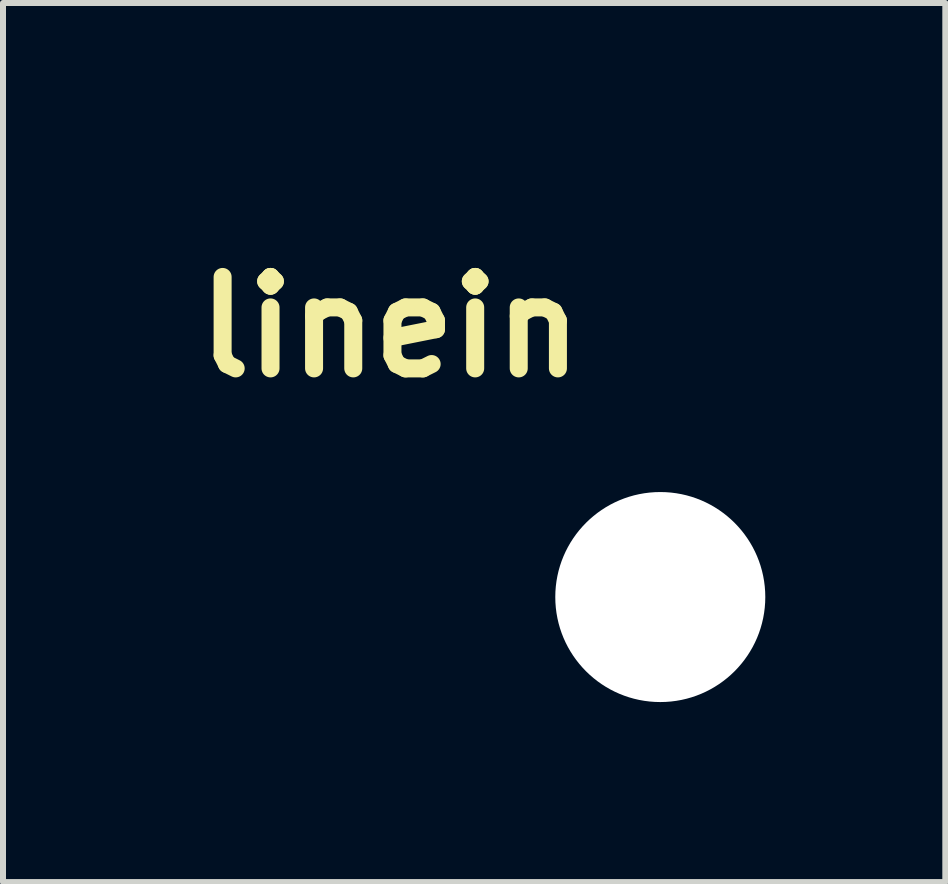
<source format=kicad_pcb>
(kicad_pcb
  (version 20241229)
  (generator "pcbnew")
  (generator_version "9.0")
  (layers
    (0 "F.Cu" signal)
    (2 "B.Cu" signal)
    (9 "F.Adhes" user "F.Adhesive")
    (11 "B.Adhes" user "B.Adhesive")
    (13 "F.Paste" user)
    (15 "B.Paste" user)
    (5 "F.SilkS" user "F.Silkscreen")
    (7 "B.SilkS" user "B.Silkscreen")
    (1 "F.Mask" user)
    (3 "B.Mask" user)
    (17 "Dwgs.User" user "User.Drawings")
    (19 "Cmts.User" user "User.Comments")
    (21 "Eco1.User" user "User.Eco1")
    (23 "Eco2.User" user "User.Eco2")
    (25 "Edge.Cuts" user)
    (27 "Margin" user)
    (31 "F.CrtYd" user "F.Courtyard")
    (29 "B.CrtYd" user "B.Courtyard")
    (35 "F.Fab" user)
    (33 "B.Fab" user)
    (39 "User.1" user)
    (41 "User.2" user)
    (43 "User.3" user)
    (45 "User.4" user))
  (footprint "linein"
    (layer "F.Cu")
    (at 7.954 6.9)
    (property "Reference" "linein" (at -4.5 -4.5 0) (layer "F.SilkS") (effects (font (size 1.524 1.524) (thickness 0.3))))
    (attr through_hole)
    (fp_poly (pts (xy -7.015 -3.608) (xy -6.972 -3.6) (xy -6.948 -3.591) (xy -6.903 -3.559) (xy -6.868 -3.516) (xy -6.844 -3.465) (xy -6.834 -3.411) (xy -6.834 -3.404) (xy -6.834 -3.381) (xy -6.836 -3.362) (xy -6.84 -3.343) (xy -6.847 -3.324) (xy -6.86 -3.304) (xy -6.878 -3.28) (xy -6.902 -3.251) (xy -6.935 -3.215) (xy -6.977 -3.172) (xy -7.028 -3.12) (xy -7.074 -3.074) (xy -7.293 -2.853) (xy -7.081 -2.642) (xy -7.014 -2.575) (xy -6.959 -2.517) (xy -6.914 -2.47) (xy -6.881 -2.433) (xy -6.86 -2.407) (xy -6.852 -2.394) (xy -6.838 -2.35) (xy -6.834 -2.299) (xy -6.841 -2.249) (xy -6.849 -2.225) (xy -6.868 -2.192) (xy -6.898 -2.159) (xy -6.933 -2.13) (xy -6.968 -2.11) (xy -6.978 -2.106) (xy -7.028 -2.098) (xy -7.081 -2.1) (xy -7.115 -2.107) (xy -7.126 -2.112) (xy -7.142 -2.124) (xy -7.164 -2.143) (xy -7.194 -2.17) (xy -7.232 -2.206) (xy -7.279 -2.251) (xy -7.336 -2.307) (xy -7.403 -2.373) (xy -7.456 -2.425) (xy -7.516 -2.486) (xy -7.574 -2.544) (xy -7.626 -2.597) (xy -7.673 -2.646) (xy -7.714 -2.688) (xy -7.745 -2.722) (xy -7.768 -2.747) (xy -7.78 -2.762) (xy -7.782 -2.764) (xy -7.792 -2.798) (xy -7.797 -2.84) (xy -7.796 -2.885) (xy -7.789 -2.924) (xy -7.782 -2.943) (xy -7.773 -2.955) (xy -7.753 -2.977) (xy -7.724 -3.009) (xy -7.686 -3.049) (xy -7.641 -3.095) (xy -7.59 -3.148) (xy -7.534 -3.204) (xy -7.474 -3.264) (xy -7.456 -3.282) (xy -7.386 -3.352) (xy -7.327 -3.41) (xy -7.278 -3.458) (xy -7.238 -3.497) (xy -7.205 -3.528) (xy -7.179 -3.552) (xy -7.158 -3.57) (xy -7.142 -3.583) (xy -7.129 -3.592) (xy -7.118 -3.598) (xy -7.108 -3.602) (xy -7.105 -3.603) (xy -7.062 -3.609) (xy -7.015 -3.608)) (stroke (width 0.01) (type solid)) (fill yes) (layer "F.Mask"))
    (fp_poly (pts (xy -3.806 -6.895) (xy -3.671 -6.895) (xy -3.552 -6.895) (xy -3.448 -6.895) (xy -3.357 -6.895) (xy -3.279 -6.894) (xy -3.213 -6.894) (xy -3.158 -6.894) (xy -3.112 -6.893) (xy -3.074 -6.892) (xy -3.044 -6.891) (xy -3.021 -6.89) (xy -3.003 -6.888) (xy -2.989 -6.887) (xy -2.979 -6.885) (xy -2.971 -6.882) (xy -2.964 -6.88) (xy -2.96 -6.878) (xy -2.911 -6.849) (xy -2.874 -6.81) (xy -2.853 -6.773) (xy -2.846 -6.756) (xy -2.84 -6.74) (xy -2.837 -6.722) (xy -2.834 -6.698) (xy -2.833 -6.665) (xy -2.833 -6.621) (xy -2.833 -6.58) (xy -2.833 -6.43) (xy -2.175 -6.43) (xy -2.05 -6.43) (xy -1.941 -6.43) (xy -1.847 -6.429) (xy -1.766 -6.429) (xy -1.697 -6.428) (xy -1.64 -6.427) (xy -1.592 -6.426) (xy -1.554 -6.424) (xy -1.523 -6.421) (xy -1.498 -6.417) (xy -1.479 -6.412) (xy -1.464 -6.406) (xy -1.452 -6.399) (xy -1.442 -6.391) (xy -1.432 -6.381) (xy -1.422 -6.37) (xy -1.413 -6.36) (xy -1.381 -6.313) (xy -1.363 -6.261) (xy -1.359 -6.208) (xy -1.369 -6.156) (xy -1.392 -6.108) (xy -1.429 -6.067) (xy -1.477 -6.034) (xy -1.477 -6.034) (xy -1.525 -6.011) (xy -2.833 -6.006) (xy -2.833 -5.86) (xy -2.833 -5.806) (xy -2.834 -5.766) (xy -2.835 -5.737) (xy -2.838 -5.715) (xy -2.842 -5.698) (xy -2.848 -5.682) (xy -2.853 -5.672) (xy -2.879 -5.63) (xy -2.914 -5.594) (xy -2.954 -5.568) (xy -2.975 -5.559) (xy -2.987 -5.558) (xy -3.008 -5.556) (xy -3.04 -5.555) (xy -3.084 -5.553) (xy -3.14 -5.552) (xy -3.208 -5.552) (xy -3.29 -5.551) (xy -3.386 -5.55) (xy -3.497 -5.55) (xy -3.624 -5.55) (xy -3.766 -5.55) (xy -3.815 -5.55) (xy -3.951 -5.55) (xy -4.071 -5.55) (xy -4.176 -5.55) (xy -4.267 -5.55) (xy -4.346 -5.551) (xy -4.413 -5.551) (xy -4.469 -5.552) (xy -4.516 -5.553) (xy -4.554 -5.553) (xy -4.584 -5.555) (xy -4.608 -5.556) (xy -4.627 -5.557) (xy -4.642 -5.559) (xy -4.653 -5.561) (xy -4.661 -5.564) (xy -4.665 -5.565) (xy -4.731 -5.595) (xy -4.793 -5.637) (xy -4.846 -5.688) (xy -4.888 -5.744) (xy -4.892 -5.752) (xy -4.904 -5.774) (xy -4.913 -5.795) (xy -4.921 -5.817) (xy -4.927 -5.842) (xy -4.932 -5.871) (xy -4.935 -5.907) (xy -4.937 -5.951) (xy -4.939 -6.005) (xy -4.94 -6.071) (xy -4.94 -6.151) (xy -4.94 -6.218) (xy -4.94 -6.308) (xy -4.939 -6.388) (xy -4.938 -6.458) (xy -4.936 -6.516) (xy -4.934 -6.559) (xy -4.932 -6.588) (xy -4.931 -6.595) (xy -4.909 -6.67) (xy -4.873 -6.737) (xy -4.824 -6.794) (xy -4.764 -6.84) (xy -4.695 -6.873) (xy -4.665 -6.882) (xy -4.655 -6.885) (xy -4.641 -6.886) (xy -4.624 -6.888) (xy -4.601 -6.89) (xy -4.572 -6.891) (xy -4.536 -6.892) (xy -4.491 -6.893) (xy -4.438 -6.894) (xy -4.373 -6.894) (xy -4.298 -6.894) (xy -4.21 -6.895) (xy -4.109 -6.895) (xy -3.993 -6.895) (xy -3.861 -6.895) (xy -3.806 -6.895)) (stroke (width 0.01) (type solid)) (fill yes) (layer "F.Mask"))
    (fp_poly (pts (xy -6.166 -6.429) (xy -6.118 -6.428) (xy -6.08 -6.426) (xy -6.051 -6.421) (xy -6.029 -6.414) (xy -6.009 -6.404) (xy -5.991 -6.39) (xy -5.978 -6.379) (xy -5.942 -6.34) (xy -5.92 -6.297) (xy -5.91 -6.245) (xy -5.91 -6.222) (xy -5.915 -6.168) (xy -5.931 -6.122) (xy -5.961 -6.081) (xy -5.974 -6.068) (xy -5.994 -6.051) (xy -6.013 -6.038) (xy -6.035 -6.027) (xy -6.062 -6.02) (xy -6.097 -6.015) (xy -6.142 -6.011) (xy -6.2 -6.008) (xy -6.244 -6.006) (xy -6.306 -6.004) (xy -6.354 -6.001) (xy -6.391 -5.998) (xy -6.42 -5.994) (xy -6.444 -5.99) (xy -6.466 -5.983) (xy -6.472 -5.981) (xy -6.571 -5.939) (xy -6.66 -5.884) (xy -6.737 -5.816) (xy -6.802 -5.737) (xy -6.854 -5.647) (xy -6.888 -5.562) (xy -6.896 -5.536) (xy -6.902 -5.51) (xy -6.905 -5.482) (xy -6.907 -5.447) (xy -6.908 -5.401) (xy -6.908 -5.38) (xy -6.908 -5.329) (xy -6.906 -5.29) (xy -6.903 -5.26) (xy -6.899 -5.234) (xy -6.892 -5.209) (xy -6.888 -5.198) (xy -6.847 -5.099) (xy -6.792 -5.01) (xy -6.725 -4.932) (xy -6.647 -4.867) (xy -6.559 -4.814) (xy -6.46 -4.774) (xy -6.441 -4.769) (xy -6.375 -4.75) (xy -4.221 -4.746) (xy -2.067 -4.741) (xy -1.986 -4.718) (xy -1.853 -4.673) (xy -1.73 -4.614) (xy -1.619 -4.543) (xy -1.519 -4.459) (xy -1.431 -4.363) (xy -1.354 -4.255) (xy -1.305 -4.167) (xy -1.252 -4.044) (xy -1.215 -3.917) (xy -1.194 -3.789) (xy -1.191 -3.661) (xy -1.203 -3.532) (xy -1.232 -3.405) (xy -1.278 -3.28) (xy -1.299 -3.235) (xy -1.366 -3.117) (xy -1.446 -3.011) (xy -1.536 -2.917) (xy -1.639 -2.835) (xy -1.752 -2.766) (xy -1.877 -2.71) (xy -1.986 -2.673) (xy -2.067 -2.651) (xy -3.908 -2.649) (xy -4.116 -2.648) (xy -4.307 -2.648) (xy -4.484 -2.648) (xy -4.645 -2.648) (xy -4.792 -2.648) (xy -4.926 -2.648) (xy -5.047 -2.648) (xy -5.155 -2.648) (xy -5.252 -2.648) (xy -5.338 -2.648) (xy -5.414 -2.649) (xy -5.48 -2.649) (xy -5.538 -2.649) (xy -5.587 -2.65) (xy -5.629 -2.651) (xy -5.664 -2.651) (xy -5.693 -2.652) (xy -5.717 -2.653) (xy -5.735 -2.654) (xy -5.75 -2.655) (xy -5.761 -2.657) (xy -5.769 -2.658) (xy -5.775 -2.66) (xy -5.78 -2.661) (xy -5.782 -2.662) (xy -5.832 -2.694) (xy -5.87 -2.736) (xy -5.895 -2.788) (xy -5.905 -2.845) (xy -5.905 -2.852) (xy -5.898 -2.912) (xy -5.875 -2.964) (xy -5.839 -3.008) (xy -5.789 -3.041) (xy -5.788 -3.042) (xy -5.74 -3.065) (xy -2.117 -3.074) (xy -2.05 -3.097) (xy -1.955 -3.138) (xy -1.869 -3.192) (xy -1.794 -3.258) (xy -1.73 -3.335) (xy -1.679 -3.421) (xy -1.642 -3.515) (xy -1.627 -3.571) (xy -1.615 -3.67) (xy -1.619 -3.769) (xy -1.638 -3.864) (xy -1.671 -3.954) (xy -1.717 -4.038) (xy -1.776 -4.115) (xy -1.847 -4.182) (xy -1.928 -4.239) (xy -2.019 -4.284) (xy -2.05 -4.295) (xy -2.117 -4.318) (xy -4.263 -4.323) (xy -6.409 -4.327) (xy -6.491 -4.346) (xy -6.616 -4.381) (xy -6.729 -4.426) (xy -6.834 -4.482) (xy -6.931 -4.552) (xy -7.025 -4.637) (xy -7.028 -4.639) (xy -7.118 -4.74) (xy -7.192 -4.848) (xy -7.252 -4.964) (xy -7.297 -5.086) (xy -7.322 -5.197) (xy -7.33 -5.257) (xy -7.334 -5.327) (xy -7.335 -5.401) (xy -7.332 -5.473) (xy -7.326 -5.537) (xy -7.323 -5.56) (xy -7.293 -5.686) (xy -7.247 -5.806) (xy -7.187 -5.919) (xy -7.115 -6.025) (xy -7.03 -6.121) (xy -6.935 -6.206) (xy -6.83 -6.28) (xy -6.716 -6.34) (xy -6.614 -6.38) (xy -6.557 -6.397) (xy -6.502 -6.41) (xy -6.447 -6.419) (xy -6.387 -6.425) (xy -6.318 -6.429) (xy -6.236 -6.43) (xy -6.229 -6.43) (xy -6.166 -6.429)) (stroke (width 0.01) (type solid)) (fill yes) (layer "F.Mask"))
    (fp_poly (pts (xy -7.015 -3.608) (xy -6.972 -3.6) (xy -6.948 -3.591) (xy -6.903 -3.559) (xy -6.868 -3.516) (xy -6.844 -3.465) (xy -6.834 -3.411) (xy -6.834 -3.404) (xy -6.834 -3.381) (xy -6.836 -3.362) (xy -6.84 -3.343) (xy -6.847 -3.324) (xy -6.86 -3.304) (xy -6.878 -3.28) (xy -6.902 -3.251) (xy -6.935 -3.215) (xy -6.977 -3.172) (xy -7.028 -3.12) (xy -7.074 -3.074) (xy -7.293 -2.853) (xy -7.081 -2.642) (xy -7.014 -2.575) (xy -6.959 -2.517) (xy -6.914 -2.47) (xy -6.881 -2.433) (xy -6.86 -2.407) (xy -6.852 -2.394) (xy -6.838 -2.35) (xy -6.834 -2.299) (xy -6.841 -2.249) (xy -6.849 -2.225) (xy -6.868 -2.192) (xy -6.898 -2.159) (xy -6.933 -2.13) (xy -6.968 -2.11) (xy -6.978 -2.106) (xy -7.028 -2.098) (xy -7.081 -2.1) (xy -7.115 -2.107) (xy -7.126 -2.112) (xy -7.142 -2.124) (xy -7.164 -2.143) (xy -7.194 -2.17) (xy -7.232 -2.206) (xy -7.279 -2.251) (xy -7.336 -2.307) (xy -7.403 -2.373) (xy -7.456 -2.425) (xy -7.516 -2.486) (xy -7.574 -2.544) (xy -7.626 -2.597) (xy -7.673 -2.646) (xy -7.714 -2.688) (xy -7.745 -2.722) (xy -7.768 -2.747) (xy -7.78 -2.762) (xy -7.782 -2.764) (xy -7.792 -2.798) (xy -7.797 -2.84) (xy -7.796 -2.885) (xy -7.789 -2.924) (xy -7.782 -2.943) (xy -7.773 -2.955) (xy -7.753 -2.977) (xy -7.724 -3.009) (xy -7.686 -3.049) (xy -7.641 -3.095) (xy -7.59 -3.148) (xy -7.534 -3.204) (xy -7.474 -3.264) (xy -7.456 -3.282) (xy -7.386 -3.352) (xy -7.327 -3.41) (xy -7.278 -3.458) (xy -7.238 -3.497) (xy -7.205 -3.528) (xy -7.179 -3.552) (xy -7.158 -3.57) (xy -7.142 -3.583) (xy -7.129 -3.592) (xy -7.118 -3.598) (xy -7.108 -3.602) (xy -7.105 -3.603) (xy -7.062 -3.609) (xy -7.015 -3.608)) (stroke (width 0.01) (type solid)) (fill yes) (layer "B.Mask"))
    (fp_poly (pts (xy -3.806 -6.895) (xy -3.671 -6.895) (xy -3.552 -6.895) (xy -3.448 -6.895) (xy -3.357 -6.895) (xy -3.279 -6.894) (xy -3.213 -6.894) (xy -3.158 -6.894) (xy -3.112 -6.893) (xy -3.074 -6.892) (xy -3.044 -6.891) (xy -3.021 -6.89) (xy -3.003 -6.888) (xy -2.989 -6.887) (xy -2.979 -6.885) (xy -2.971 -6.882) (xy -2.964 -6.88) (xy -2.96 -6.878) (xy -2.911 -6.849) (xy -2.874 -6.81) (xy -2.853 -6.773) (xy -2.846 -6.756) (xy -2.84 -6.74) (xy -2.837 -6.722) (xy -2.834 -6.698) (xy -2.833 -6.665) (xy -2.833 -6.621) (xy -2.833 -6.58) (xy -2.833 -6.43) (xy -2.175 -6.43) (xy -2.05 -6.43) (xy -1.941 -6.43) (xy -1.847 -6.429) (xy -1.766 -6.429) (xy -1.697 -6.428) (xy -1.64 -6.427) (xy -1.592 -6.426) (xy -1.554 -6.424) (xy -1.523 -6.421) (xy -1.498 -6.417) (xy -1.479 -6.412) (xy -1.464 -6.406) (xy -1.452 -6.399) (xy -1.442 -6.391) (xy -1.432 -6.381) (xy -1.422 -6.37) (xy -1.413 -6.36) (xy -1.381 -6.313) (xy -1.363 -6.261) (xy -1.359 -6.208) (xy -1.369 -6.156) (xy -1.392 -6.108) (xy -1.429 -6.067) (xy -1.477 -6.034) (xy -1.477 -6.034) (xy -1.525 -6.011) (xy -2.833 -6.006) (xy -2.833 -5.86) (xy -2.833 -5.806) (xy -2.834 -5.766) (xy -2.835 -5.737) (xy -2.838 -5.715) (xy -2.842 -5.698) (xy -2.848 -5.682) (xy -2.853 -5.672) (xy -2.879 -5.63) (xy -2.914 -5.594) (xy -2.954 -5.568) (xy -2.975 -5.559) (xy -2.987 -5.558) (xy -3.008 -5.556) (xy -3.04 -5.555) (xy -3.084 -5.553) (xy -3.14 -5.552) (xy -3.208 -5.552) (xy -3.29 -5.551) (xy -3.386 -5.55) (xy -3.497 -5.55) (xy -3.624 -5.55) (xy -3.766 -5.55) (xy -3.815 -5.55) (xy -3.951 -5.55) (xy -4.071 -5.55) (xy -4.176 -5.55) (xy -4.267 -5.55) (xy -4.346 -5.551) (xy -4.413 -5.551) (xy -4.469 -5.552) (xy -4.516 -5.553) (xy -4.554 -5.553) (xy -4.584 -5.555) (xy -4.608 -5.556) (xy -4.627 -5.557) (xy -4.642 -5.559) (xy -4.653 -5.561) (xy -4.661 -5.564) (xy -4.665 -5.565) (xy -4.731 -5.595) (xy -4.793 -5.637) (xy -4.846 -5.688) (xy -4.888 -5.744) (xy -4.892 -5.752) (xy -4.904 -5.774) (xy -4.913 -5.795) (xy -4.921 -5.817) (xy -4.927 -5.842) (xy -4.932 -5.871) (xy -4.935 -5.907) (xy -4.937 -5.951) (xy -4.939 -6.005) (xy -4.94 -6.071) (xy -4.94 -6.151) (xy -4.94 -6.218) (xy -4.94 -6.308) (xy -4.939 -6.388) (xy -4.938 -6.458) (xy -4.936 -6.516) (xy -4.934 -6.559) (xy -4.932 -6.588) (xy -4.931 -6.595) (xy -4.909 -6.67) (xy -4.873 -6.737) (xy -4.824 -6.794) (xy -4.764 -6.84) (xy -4.695 -6.873) (xy -4.665 -6.882) (xy -4.655 -6.885) (xy -4.641 -6.886) (xy -4.624 -6.888) (xy -4.601 -6.89) (xy -4.572 -6.891) (xy -4.536 -6.892) (xy -4.491 -6.893) (xy -4.438 -6.894) (xy -4.373 -6.894) (xy -4.298 -6.894) (xy -4.21 -6.895) (xy -4.109 -6.895) (xy -3.993 -6.895) (xy -3.861 -6.895) (xy -3.806 -6.895)) (stroke (width 0.01) (type solid)) (fill yes) (layer "B.Mask"))
    (fp_poly (pts (xy -6.166 -6.429) (xy -6.118 -6.428) (xy -6.08 -6.426) (xy -6.051 -6.421) (xy -6.029 -6.414) (xy -6.009 -6.404) (xy -5.991 -6.39) (xy -5.978 -6.379) (xy -5.942 -6.34) (xy -5.92 -6.297) (xy -5.91 -6.245) (xy -5.91 -6.222) (xy -5.915 -6.168) (xy -5.931 -6.122) (xy -5.961 -6.081) (xy -5.974 -6.068) (xy -5.994 -6.051) (xy -6.013 -6.038) (xy -6.035 -6.027) (xy -6.062 -6.02) (xy -6.097 -6.015) (xy -6.142 -6.011) (xy -6.2 -6.008) (xy -6.244 -6.006) (xy -6.306 -6.004) (xy -6.354 -6.001) (xy -6.391 -5.998) (xy -6.42 -5.994) (xy -6.444 -5.99) (xy -6.466 -5.983) (xy -6.472 -5.981) (xy -6.571 -5.939) (xy -6.66 -5.884) (xy -6.737 -5.816) (xy -6.802 -5.737) (xy -6.854 -5.647) (xy -6.888 -5.562) (xy -6.896 -5.536) (xy -6.902 -5.51) (xy -6.905 -5.482) (xy -6.907 -5.447) (xy -6.908 -5.401) (xy -6.908 -5.38) (xy -6.908 -5.329) (xy -6.906 -5.29) (xy -6.903 -5.26) (xy -6.899 -5.234) (xy -6.892 -5.209) (xy -6.888 -5.198) (xy -6.847 -5.099) (xy -6.792 -5.01) (xy -6.725 -4.932) (xy -6.647 -4.867) (xy -6.559 -4.814) (xy -6.46 -4.774) (xy -6.441 -4.769) (xy -6.375 -4.75) (xy -4.221 -4.746) (xy -2.067 -4.741) (xy -1.986 -4.718) (xy -1.853 -4.673) (xy -1.73 -4.614) (xy -1.619 -4.543) (xy -1.519 -4.459) (xy -1.431 -4.363) (xy -1.354 -4.255) (xy -1.305 -4.167) (xy -1.252 -4.044) (xy -1.215 -3.917) (xy -1.194 -3.789) (xy -1.191 -3.661) (xy -1.203 -3.532) (xy -1.232 -3.405) (xy -1.278 -3.28) (xy -1.299 -3.235) (xy -1.366 -3.117) (xy -1.446 -3.011) (xy -1.536 -2.917) (xy -1.639 -2.835) (xy -1.752 -2.766) (xy -1.877 -2.71) (xy -1.986 -2.673) (xy -2.067 -2.651) (xy -3.908 -2.649) (xy -4.116 -2.648) (xy -4.307 -2.648) (xy -4.484 -2.648) (xy -4.645 -2.648) (xy -4.792 -2.648) (xy -4.926 -2.648) (xy -5.047 -2.648) (xy -5.155 -2.648) (xy -5.252 -2.648) (xy -5.338 -2.648) (xy -5.414 -2.649) (xy -5.48 -2.649) (xy -5.538 -2.649) (xy -5.587 -2.65) (xy -5.629 -2.651) (xy -5.664 -2.651) (xy -5.693 -2.652) (xy -5.717 -2.653) (xy -5.735 -2.654) (xy -5.75 -2.655) (xy -5.761 -2.657) (xy -5.769 -2.658) (xy -5.775 -2.66) (xy -5.78 -2.661) (xy -5.782 -2.662) (xy -5.832 -2.694) (xy -5.87 -2.736) (xy -5.895 -2.788) (xy -5.905 -2.845) (xy -5.905 -2.852) (xy -5.898 -2.912) (xy -5.875 -2.964) (xy -5.839 -3.008) (xy -5.789 -3.041) (xy -5.788 -3.042) (xy -5.74 -3.065) (xy -2.117 -3.074) (xy -2.05 -3.097) (xy -1.955 -3.138) (xy -1.869 -3.192) (xy -1.794 -3.258) (xy -1.73 -3.335) (xy -1.679 -3.421) (xy -1.642 -3.515) (xy -1.627 -3.571) (xy -1.615 -3.67) (xy -1.619 -3.769) (xy -1.638 -3.864) (xy -1.671 -3.954) (xy -1.717 -4.038) (xy -1.776 -4.115) (xy -1.847 -4.182) (xy -1.928 -4.239) (xy -2.019 -4.284) (xy -2.05 -4.295) (xy -2.117 -4.318) (xy -4.263 -4.323) (xy -6.409 -4.327) (xy -6.491 -4.346) (xy -6.616 -4.381) (xy -6.729 -4.426) (xy -6.834 -4.482) (xy -6.931 -4.552) (xy -7.025 -4.637) (xy -7.028 -4.639) (xy -7.118 -4.74) (xy -7.192 -4.848) (xy -7.252 -4.964) (xy -7.297 -5.086) (xy -7.322 -5.197) (xy -7.33 -5.257) (xy -7.334 -5.327) (xy -7.335 -5.401) (xy -7.332 -5.473) (xy -7.326 -5.537) (xy -7.323 -5.56) (xy -7.293 -5.686) (xy -7.247 -5.806) (xy -7.187 -5.919) (xy -7.115 -6.025) (xy -7.03 -6.121) (xy -6.935 -6.206) (xy -6.83 -6.28) (xy -6.716 -6.34) (xy -6.614 -6.38) (xy -6.557 -6.397) (xy -6.502 -6.41) (xy -6.447 -6.419) (xy -6.387 -6.425) (xy -6.318 -6.429) (xy -6.236 -6.43) (xy -6.229 -6.43) (xy -6.166 -6.429)) (stroke (width 0.01) (type solid)) (fill yes) (layer "B.Mask"))
    (pad "" np_thru_hole circle (at 0 0) (size 3.5 3.5) (drill 3.5) (layers "*.Cu" "*.Mask")))
  (gr_rect
    (start -3 -3)
    (end 12.704 11.65)
    (stroke (width 0.1) (type default))
    (fill no)
    (layer "Edge.Cuts")))
</source>
